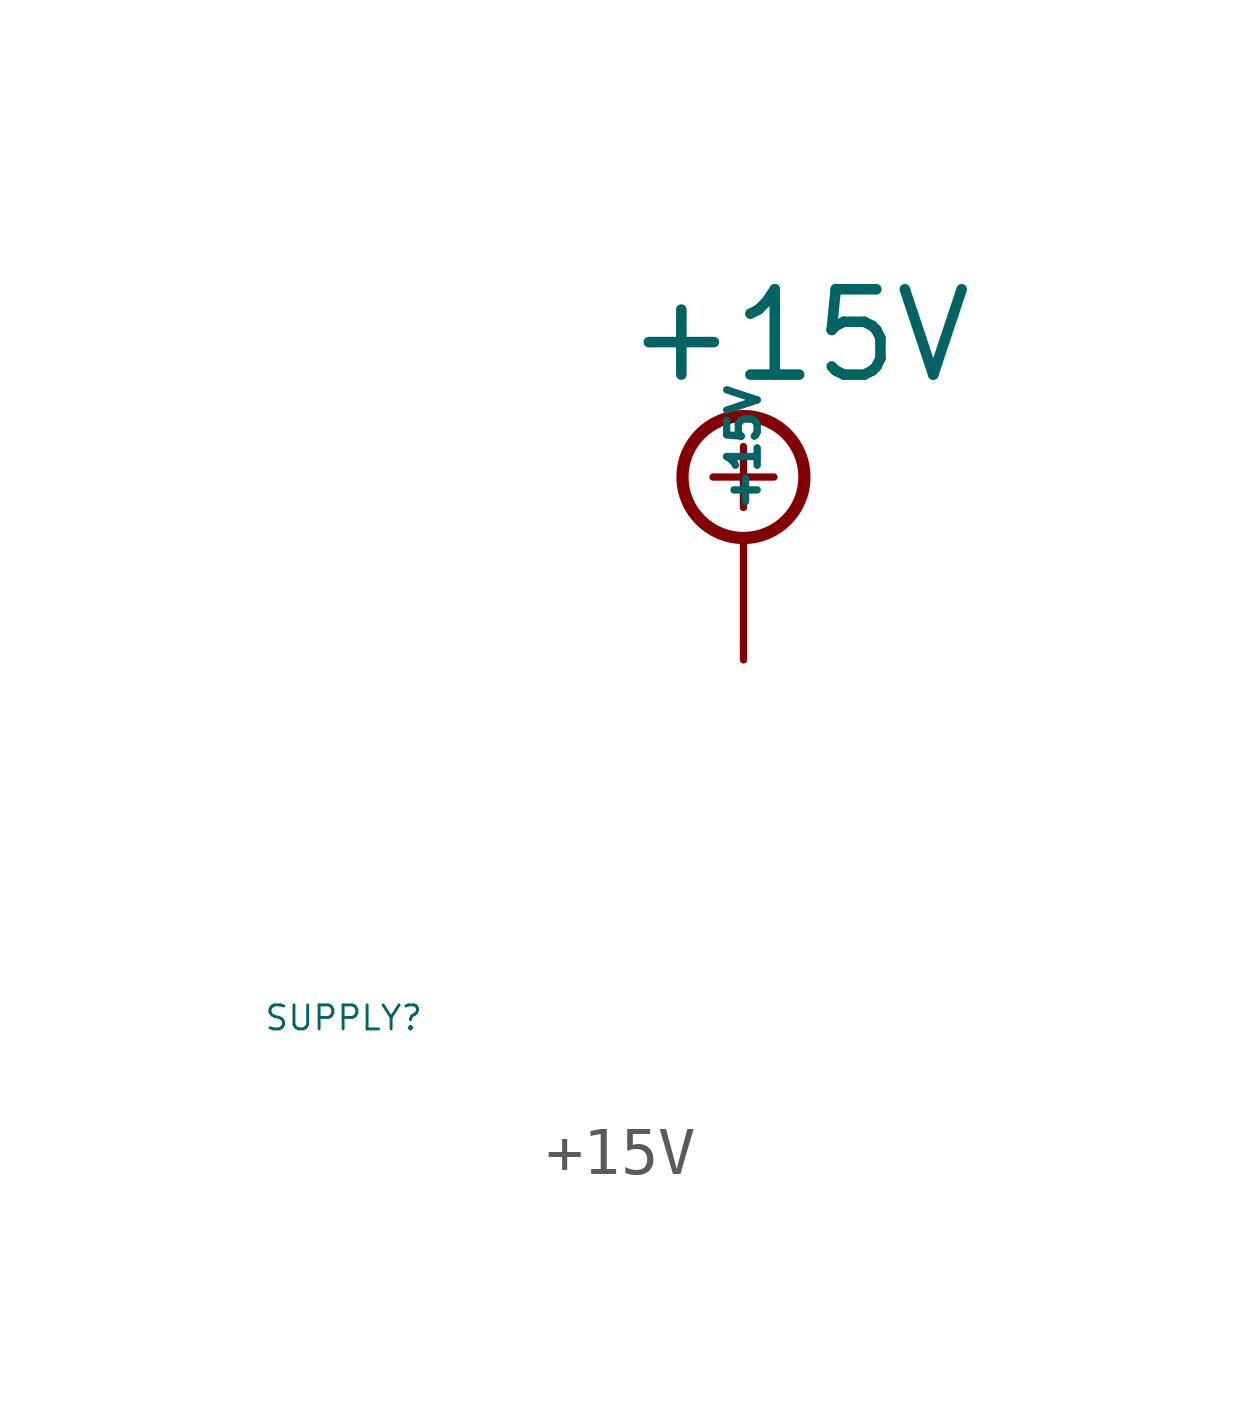
<source format=kicad_sym>
(kicad_symbol_lib
  (version 20220914)
  (generator Eagle2Kicad)
  (symbol "+15V"
    (property "Reference" "SUPPLY"
      (at -10 -10 0)
      (effects (font (size 0.5 0.5) (thickness 0.06)) (justify left)))
    (property "Value" "+15V"
      (at -2.54 3.175 0)
      (effects (font (size 1.778 1.778) (thickness 0.22)) (justify left bottom)))
    (polyline
      (pts (xy 0 1.905) (xy 0 0.635))
      (stroke (width 0.152) (type default))
      (fill (type none)))
    (polyline
      (pts (xy -0.635 1.27) (xy 0.635 1.27))
      (stroke (width 0.152) (type default))
      (fill (type none)))
    (circle
      (center 0 1.27)
      (radius 1.27)
      (stroke (width 0.254) (type default))
      (fill (type none)))
    (pin unspecified line
      (at 0 -2.54 90)
      (length 2.54)
      (name "+15V" (effects (font (size 0.635 0.635) (thickness 0.08)) (justify left bottom)))
      (number "" (effects (font (size 0.635 0.635) (thickness 0.08)) (justify left bottom))))))
</source>
